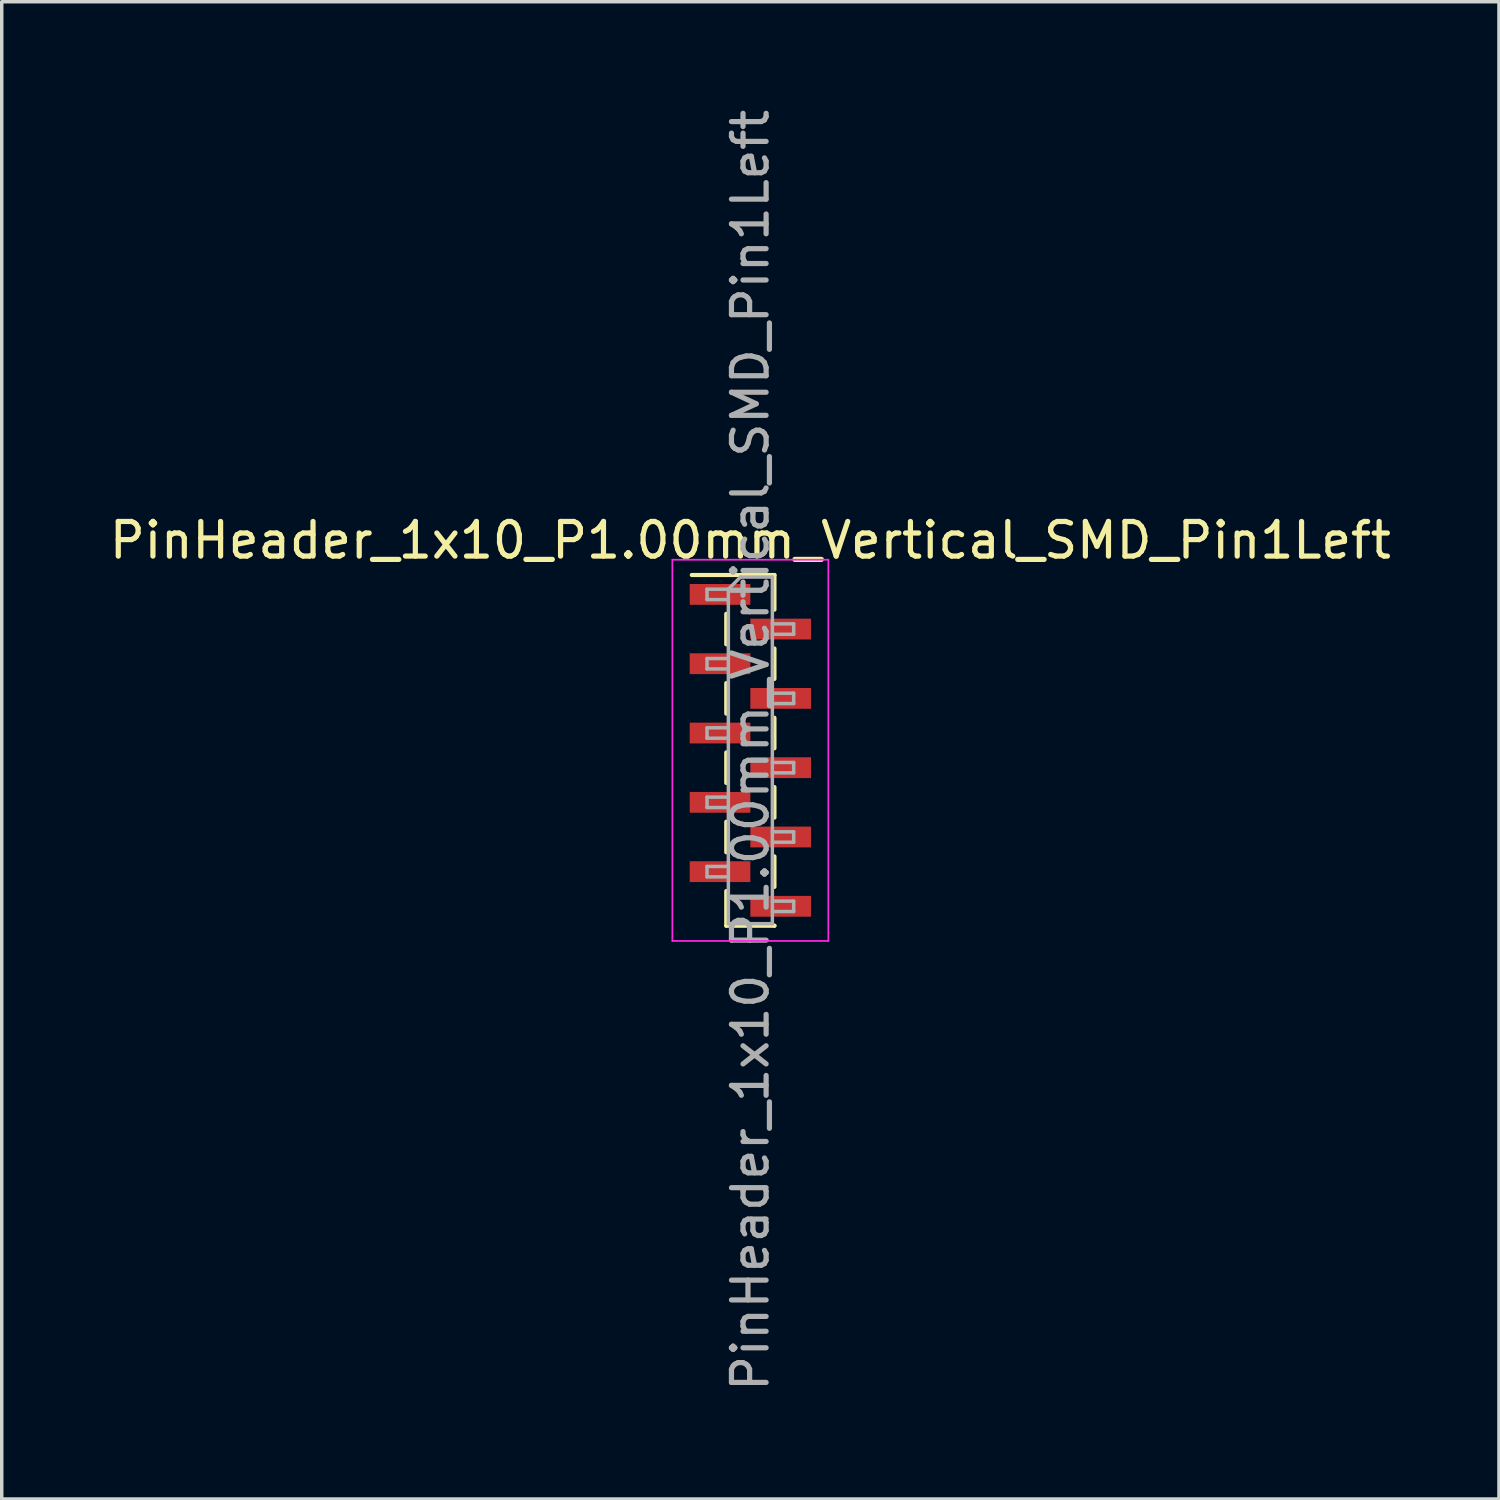
<source format=kicad_pcb>
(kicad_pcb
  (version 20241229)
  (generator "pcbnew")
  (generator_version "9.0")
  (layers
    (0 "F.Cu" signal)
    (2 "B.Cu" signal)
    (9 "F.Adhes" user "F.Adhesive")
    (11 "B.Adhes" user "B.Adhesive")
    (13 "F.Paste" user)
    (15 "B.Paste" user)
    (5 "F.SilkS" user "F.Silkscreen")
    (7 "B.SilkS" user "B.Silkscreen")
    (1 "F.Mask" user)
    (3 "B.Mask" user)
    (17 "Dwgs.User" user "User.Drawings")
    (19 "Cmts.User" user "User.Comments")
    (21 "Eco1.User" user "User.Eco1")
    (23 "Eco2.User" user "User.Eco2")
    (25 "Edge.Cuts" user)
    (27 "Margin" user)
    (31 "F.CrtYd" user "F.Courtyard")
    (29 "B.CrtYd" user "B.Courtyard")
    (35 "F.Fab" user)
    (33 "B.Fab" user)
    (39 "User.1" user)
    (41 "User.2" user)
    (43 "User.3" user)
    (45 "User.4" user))
  (footprint "PinHeader_1x10_P1.00mm_Vertical_SMD_Pin1Left"
    (layer "F.Cu")
    (at 18.601 18.601)
    (property "Reference" "PinHeader_1x10_P1.00mm_Vertical_SMD_Pin1Left" (at 0 -6.06 0) (layer "F.SilkS") (effects (font (size 1 1) (thickness 0.15))))
    (attr smd)
    (fp_line (start -0.695 -5.06) (end -1.69 -5.06) (stroke (width 0.12) (type solid)) (layer "F.SilkS"))
    (fp_line (start -0.695 -5.06) (end -0.695 -5.06) (stroke (width 0.12) (type solid)) (layer "F.SilkS"))
    (fp_line (start -0.695 -5.06) (end 0.695 -5.06) (stroke (width 0.12) (type solid)) (layer "F.SilkS"))
    (fp_line (start -0.695 -3.94) (end -0.695 -3.06) (stroke (width 0.12) (type solid)) (layer "F.SilkS"))
    (fp_line (start -0.695 -1.94) (end -0.695 -1.06) (stroke (width 0.12) (type solid)) (layer "F.SilkS"))
    (fp_line (start -0.695 0.06) (end -0.695 0.94) (stroke (width 0.12) (type solid)) (layer "F.SilkS"))
    (fp_line (start -0.695 2.06) (end -0.695 2.94) (stroke (width 0.12) (type solid)) (layer "F.SilkS"))
    (fp_line (start -0.695 4.06) (end -0.695 5.06) (stroke (width 0.12) (type solid)) (layer "F.SilkS"))
    (fp_line (start -0.695 5.06) (end 0.695 5.06) (stroke (width 0.12) (type solid)) (layer "F.SilkS"))
    (fp_line (start 0.695 -5.06) (end 0.695 -4.06) (stroke (width 0.12) (type solid)) (layer "F.SilkS"))
    (fp_line (start 0.695 -2.94) (end 0.695 -2.06) (stroke (width 0.12) (type solid)) (layer "F.SilkS"))
    (fp_line (start 0.695 -0.94) (end 0.695 -0.06) (stroke (width 0.12) (type solid)) (layer "F.SilkS"))
    (fp_line (start 0.695 1.06) (end 0.695 1.94) (stroke (width 0.12) (type solid)) (layer "F.SilkS"))
    (fp_line (start 0.695 3.06) (end 0.695 3.94) (stroke (width 0.12) (type solid)) (layer "F.SilkS"))
    (fp_line (start 0.695 5.06) (end 0.695 5.06) (stroke (width 0.12) (type solid)) (layer "F.SilkS"))
    (fp_line (start -2.25 -5.5) (end -2.25 5.5) (stroke (width 0.05) (type solid)) (layer "F.CrtYd"))
    (fp_line (start -2.25 5.5) (end 2.25 5.5) (stroke (width 0.05) (type solid)) (layer "F.CrtYd"))
    (fp_line (start 2.25 -5.5) (end -2.25 -5.5) (stroke (width 0.05) (type solid)) (layer "F.CrtYd"))
    (fp_line (start 2.25 5.5) (end 2.25 -5.5) (stroke (width 0.05) (type solid)) (layer "F.CrtYd"))
    (fp_line (start -1.25 -4.65) (end -1.25 -4.35) (stroke (width 0.1) (type solid)) (layer "F.Fab"))
    (fp_line (start -1.25 -4.35) (end -0.635 -4.35) (stroke (width 0.1) (type solid)) (layer "F.Fab"))
    (fp_line (start -1.25 -2.65) (end -1.25 -2.35) (stroke (width 0.1) (type solid)) (layer "F.Fab"))
    (fp_line (start -1.25 -2.35) (end -0.635 -2.35) (stroke (width 0.1) (type solid)) (layer "F.Fab"))
    (fp_line (start -1.25 -0.65) (end -1.25 -0.35) (stroke (width 0.1) (type solid)) (layer "F.Fab"))
    (fp_line (start -1.25 -0.35) (end -0.635 -0.35) (stroke (width 0.1) (type solid)) (layer "F.Fab"))
    (fp_line (start -1.25 1.35) (end -1.25 1.65) (stroke (width 0.1) (type solid)) (layer "F.Fab"))
    (fp_line (start -1.25 1.65) (end -0.635 1.65) (stroke (width 0.1) (type solid)) (layer "F.Fab"))
    (fp_line (start -1.25 3.35) (end -1.25 3.65) (stroke (width 0.1) (type solid)) (layer "F.Fab"))
    (fp_line (start -1.25 3.65) (end -0.635 3.65) (stroke (width 0.1) (type solid)) (layer "F.Fab"))
    (fp_line (start -0.635 -4.65) (end -1.25 -4.65) (stroke (width 0.1) (type solid)) (layer "F.Fab"))
    (fp_line (start -0.635 -4.65) (end -0.285 -5) (stroke (width 0.1) (type solid)) (layer "F.Fab"))
    (fp_line (start -0.635 -2.65) (end -1.25 -2.65) (stroke (width 0.1) (type solid)) (layer "F.Fab"))
    (fp_line (start -0.635 -0.65) (end -1.25 -0.65) (stroke (width 0.1) (type solid)) (layer "F.Fab"))
    (fp_line (start -0.635 1.35) (end -1.25 1.35) (stroke (width 0.1) (type solid)) (layer "F.Fab"))
    (fp_line (start -0.635 3.35) (end -1.25 3.35) (stroke (width 0.1) (type solid)) (layer "F.Fab"))
    (fp_line (start -0.635 5) (end -0.635 -4.65) (stroke (width 0.1) (type solid)) (layer "F.Fab"))
    (fp_line (start -0.285 -5) (end 0.635 -5) (stroke (width 0.1) (type solid)) (layer "F.Fab"))
    (fp_line (start 0.635 -5) (end 0.635 5) (stroke (width 0.1) (type solid)) (layer "F.Fab"))
    (fp_line (start 0.635 -3.65) (end 1.25 -3.65) (stroke (width 0.1) (type solid)) (layer "F.Fab"))
    (fp_line (start 0.635 -1.65) (end 1.25 -1.65) (stroke (width 0.1) (type solid)) (layer "F.Fab"))
    (fp_line (start 0.635 0.35) (end 1.25 0.35) (stroke (width 0.1) (type solid)) (layer "F.Fab"))
    (fp_line (start 0.635 2.35) (end 1.25 2.35) (stroke (width 0.1) (type solid)) (layer "F.Fab"))
    (fp_line (start 0.635 4.35) (end 1.25 4.35) (stroke (width 0.1) (type solid)) (layer "F.Fab"))
    (fp_line (start 0.635 5) (end -0.635 5) (stroke (width 0.1) (type solid)) (layer "F.Fab"))
    (fp_line (start 1.25 -3.65) (end 1.25 -3.35) (stroke (width 0.1) (type solid)) (layer "F.Fab"))
    (fp_line (start 1.25 -3.35) (end 0.635 -3.35) (stroke (width 0.1) (type solid)) (layer "F.Fab"))
    (fp_line (start 1.25 -1.65) (end 1.25 -1.35) (stroke (width 0.1) (type solid)) (layer "F.Fab"))
    (fp_line (start 1.25 -1.35) (end 0.635 -1.35) (stroke (width 0.1) (type solid)) (layer "F.Fab"))
    (fp_line (start 1.25 0.35) (end 1.25 0.65) (stroke (width 0.1) (type solid)) (layer "F.Fab"))
    (fp_line (start 1.25 0.65) (end 0.635 0.65) (stroke (width 0.1) (type solid)) (layer "F.Fab"))
    (fp_line (start 1.25 2.35) (end 1.25 2.65) (stroke (width 0.1) (type solid)) (layer "F.Fab"))
    (fp_line (start 1.25 2.65) (end 0.635 2.65) (stroke (width 0.1) (type solid)) (layer "F.Fab"))
    (fp_line (start 1.25 4.35) (end 1.25 4.65) (stroke (width 0.1) (type solid)) (layer "F.Fab"))
    (fp_line (start 1.25 4.65) (end 0.635 4.65) (stroke (width 0.1) (type solid)) (layer "F.Fab"))
    (fp_text user "${REFERENCE}" (at 0 0 90) (layer "F.Fab") (effects (font (size 1 1) (thickness 0.15))))
    (pad "1" smd rect (at -0.875 -4.5) (size 1.75 0.6) (layers "F.Cu" "F.Mask" "F.Paste"))
    (pad "2" smd rect (at 0.875 -3.5) (size 1.75 0.6) (layers "F.Cu" "F.Mask" "F.Paste"))
    (pad "3" smd rect (at -0.875 -2.5) (size 1.75 0.6) (layers "F.Cu" "F.Mask" "F.Paste"))
    (pad "4" smd rect (at 0.875 -1.5) (size 1.75 0.6) (layers "F.Cu" "F.Mask" "F.Paste"))
    (pad "5" smd rect (at -0.875 -0.5) (size 1.75 0.6) (layers "F.Cu" "F.Mask" "F.Paste"))
    (pad "6" smd rect (at 0.875 0.5) (size 1.75 0.6) (layers "F.Cu" "F.Mask" "F.Paste"))
    (pad "7" smd rect (at -0.875 1.5) (size 1.75 0.6) (layers "F.Cu" "F.Mask" "F.Paste"))
    (pad "8" smd rect (at 0.875 2.5) (size 1.75 0.6) (layers "F.Cu" "F.Mask" "F.Paste"))
    (pad "9" smd rect (at -0.875 3.5) (size 1.75 0.6) (layers "F.Cu" "F.Mask" "F.Paste"))
    (pad "10" smd rect (at 0.875 4.5) (size 1.75 0.6) (layers "F.Cu" "F.Mask" "F.Paste")))
  (gr_rect
    (start -3 -3)
    (end 40.202 40.202)
    (stroke (width 0.1) (type default))
    (fill no)
    (layer "Edge.Cuts")))
</source>
